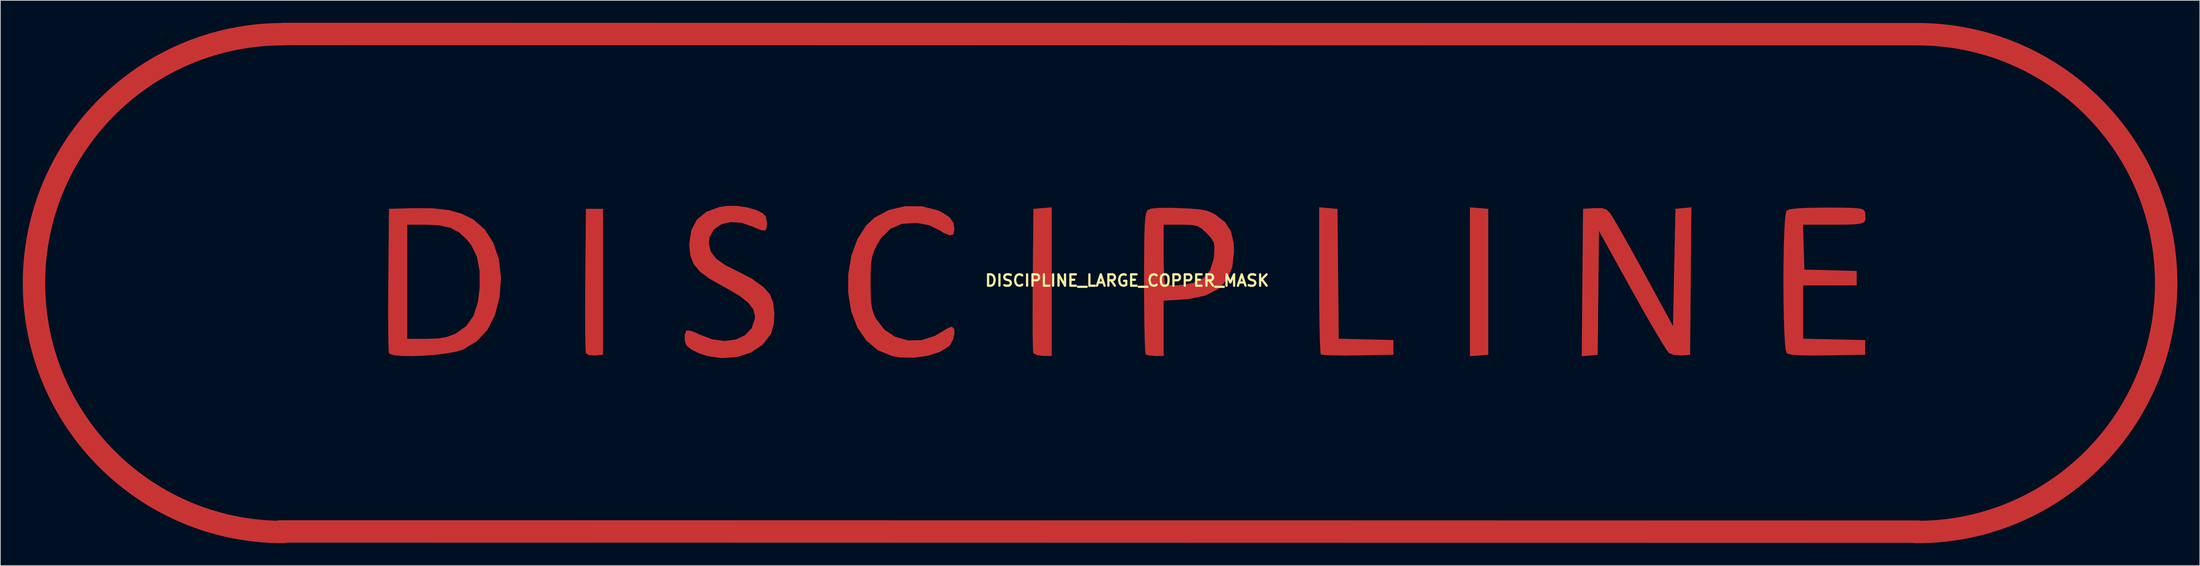
<source format=kicad_pcb>
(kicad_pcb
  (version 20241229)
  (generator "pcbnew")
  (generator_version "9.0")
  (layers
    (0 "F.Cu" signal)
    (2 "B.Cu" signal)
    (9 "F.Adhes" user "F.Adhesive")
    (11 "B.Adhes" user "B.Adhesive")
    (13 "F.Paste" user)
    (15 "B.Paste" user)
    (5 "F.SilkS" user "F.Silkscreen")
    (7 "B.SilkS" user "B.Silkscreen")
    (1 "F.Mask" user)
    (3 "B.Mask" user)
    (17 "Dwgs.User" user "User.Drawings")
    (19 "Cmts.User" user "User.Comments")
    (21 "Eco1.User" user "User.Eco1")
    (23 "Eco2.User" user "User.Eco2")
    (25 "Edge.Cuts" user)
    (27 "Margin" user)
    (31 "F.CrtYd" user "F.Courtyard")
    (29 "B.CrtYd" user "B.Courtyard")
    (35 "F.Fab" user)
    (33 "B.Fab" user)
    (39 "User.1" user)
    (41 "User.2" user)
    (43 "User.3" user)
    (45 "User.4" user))
  (footprint "DISCIPLINE_LARGE_COPPER_MASK"
    (layer "F.Cu")
    (at 147.87 34.54)
    (property "Reference" "DISCIPLINE_LARGE_COPPER_MASK" (at 0 0 0) (layer "F.SilkS") (effects (font (size 1.524 1.524) (thickness 0.3))))
    (attr through_hole)
    (fp_line (start -113.4 33.61) (end 105.92 33.64) (stroke (width 3) (type solid)) (layer "F.Cu"))
    (fp_line (start -112.95 -33.04) (end 106.37 -33.01) (stroke (width 3) (type solid)) (layer "F.Cu"))
    (fp_arc (start -113.02 33.69) (mid -146.37 0.34) (end -113.02 -33.01) (stroke (width 3) (type solid)) (layer "F.Cu"))
    (fp_arc (start 105.79 -33.01) (mid 139.14 0.34) (end 105.79 33.69) (stroke (width 3) (type solid)) (layer "F.Cu"))
    (fp_poly (pts (xy 47.137 -9.707) (xy 48.358 -9.606) (xy 48.358 9.932) (xy 47.137 10.033) (xy 45.915 10.134) (xy 45.915 -9.809) (xy 47.137 -9.707)) (stroke (width 0.01) (type solid)) (fill yes) (layer "F.Cu"))
    (fp_poly (pts (xy -70.176 9.932) (xy -71.236 10.034) (xy -72.094 9.984) (xy -72.462 9.705) (xy -72.502 9.279) (xy -72.532 8.288) (xy -72.552 6.818) (xy -72.562 4.954) (xy -72.56 2.783) (xy -72.546 0.391) (xy -72.542 -0.167) (xy -72.455 -9.606) (xy -70.176 -9.606) (xy -70.176 9.932)) (stroke (width 0.01) (type solid)) (fill yes) (layer "F.Cu"))
    (fp_poly (pts (xy -10.095 10.095) (xy -11.245 10.095) (xy -12.052 9.99) (xy -12.526 9.732) (xy -12.553 9.684) (xy -12.59 9.264) (xy -12.618 8.278) (xy -12.637 6.812) (xy -12.645 4.953) (xy -12.643 2.785) (xy -12.629 0.394) (xy -12.624 -0.167) (xy -12.537 -9.606) (xy -11.316 -9.707) (xy -10.095 -9.809) (xy -10.095 10.095)) (stroke (width 0.01) (type solid)) (fill yes) (layer "F.Cu"))
    (fp_poly (pts (xy 26.947 -9.707) (xy 28.168 -9.606) (xy 28.341 7.794) (xy 35.658 7.978) (xy 35.658 9.932) (xy 30.917 10.022) (xy 29.221 10.039) (xy 27.762 10.025) (xy 26.661 9.984) (xy 26.039 9.919) (xy 25.951 9.886) (xy 25.894 9.515) (xy 25.843 8.576) (xy 25.799 7.149) (xy 25.763 5.318) (xy 25.738 3.165) (xy 25.726 0.771) (xy 25.726 -0.074) (xy 25.726 -9.809) (xy 26.947 -9.707)) (stroke (width 0.01) (type solid)) (fill yes) (layer "F.Cu"))
    (fp_poly (pts (xy 75.472 0.06) (xy 75.386 9.932) (xy 74.246 10.028) (xy 73.313 9.978) (xy 72.594 9.726) (xy 72.56 9.702) (xy 72.265 9.315) (xy 71.703 8.434) (xy 70.922 7.136) (xy 69.966 5.5) (xy 68.883 3.602) (xy 67.718 1.521) (xy 67.6 1.309) (xy 63.186 -6.664) (xy 63.012 9.932) (xy 61.948 10.034) (xy 60.885 10.137) (xy 60.971 0.265) (xy 61.058 -9.606) (xy 62.568 -9.704) (xy 63.573 -9.71) (xy 64.195 -9.505) (xy 64.685 -9.013) (xy 65.005 -8.515) (xy 65.585 -7.531) (xy 66.374 -6.152) (xy 67.322 -4.464) (xy 68.378 -2.557) (xy 69.199 -1.059) (xy 73.106 6.106) (xy 73.269 -1.75) (xy 73.432 -9.606) (xy 74.495 -9.709) (xy 75.558 -9.811) (xy 75.472 0.06)) (stroke (width 0.01) (type solid)) (fill yes) (layer "F.Cu"))
    (fp_poly (pts (xy 95.57 -9.763) (xy 96.924 -9.738) (xy 97.825 -9.681) (xy 98.372 -9.581) (xy 98.665 -9.427) (xy 98.803 -9.207) (xy 98.817 -9.164) (xy 98.881 -8.375) (xy 98.805 -8.024) (xy 98.632 -7.797) (xy 98.248 -7.644) (xy 97.546 -7.551) (xy 96.419 -7.504) (xy 94.759 -7.49) (xy 94.552 -7.49) (xy 90.504 -7.49) (xy 90.597 -4.478) (xy 90.691 -1.465) (xy 97.692 -1.281) (xy 97.692 0.651) (xy 90.528 0.651) (xy 90.528 7.796) (xy 94.68 7.887) (xy 98.832 7.978) (xy 98.832 9.932) (xy 93.776 10.021) (xy 91.627 10.042) (xy 90.065 10.013) (xy 89.026 9.931) (xy 88.449 9.794) (xy 88.322 9.712) (xy 88.198 9.27) (xy 88.096 8.28) (xy 88.014 6.844) (xy 87.954 5.066) (xy 87.914 3.048) (xy 87.896 0.894) (xy 87.899 -1.295) (xy 87.922 -3.415) (xy 87.967 -5.363) (xy 88.034 -7.038) (xy 88.121 -8.335) (xy 88.23 -9.152) (xy 88.314 -9.378) (xy 88.775 -9.552) (xy 89.782 -9.673) (xy 91.367 -9.745) (xy 93.567 -9.769) (xy 93.665 -9.769) (xy 95.57 -9.763)) (stroke (width 0.01) (type solid)) (fill yes) (layer "F.Cu"))
    (fp_poly (pts (xy -92.988 -9.682) (xy -90.862 -9.441) (xy -89.101 -8.955) (xy -87.575 -8.196) (xy -87.504 -8.152) (xy -85.992 -6.819) (xy -84.856 -5.028) (xy -84.128 -2.87) (xy -83.841 -0.44) (xy -84.021 2.153) (xy -84.643 4.628) (xy -85.655 6.606) (xy -87.091 8.136) (xy -88.9 9.228) (xy -89.809 9.516) (xy -91.087 9.755) (xy -92.594 9.94) (xy -94.194 10.064) (xy -95.749 10.12) (xy -97.12 10.1) (xy -98.17 9.999) (xy -98.761 9.809) (xy -98.833 9.722) (xy -98.874 9.292) (xy -98.906 8.296) (xy -98.927 6.822) (xy -98.938 4.955) (xy -98.937 2.782) (xy -98.923 0.388) (xy -98.919 -0.167) (xy -98.851 -7.49) (xy -96.39 -7.49) (xy -96.39 7.815) (xy -93.854 7.815) (xy -92.286 7.761) (xy -91.114 7.569) (xy -90.091 7.193) (xy -89.865 7.083) (xy -88.489 6.108) (xy -87.521 4.745) (xy -86.926 2.929) (xy -86.69 0.999) (xy -86.702 -1.31) (xy -87.053 -3.165) (xy -87.776 -4.689) (xy -88.339 -5.426) (xy -89.403 -6.427) (xy -90.592 -7.064) (xy -92.075 -7.397) (xy -93.937 -7.49) (xy -96.39 -7.49) (xy -98.851 -7.49) (xy -98.832 -9.606) (xy -95.606 -9.7) (xy -92.988 -9.682)) (stroke (width 0.01) (type solid)) (fill yes) (layer "F.Cu"))
    (fp_poly (pts (xy -27.52 -9.957) (xy -25.397 -9.417) (xy -24.811 -9.15) (xy -23.769 -8.477) (xy -23.247 -7.716) (xy -23.121 -6.831) (xy -23.27 -6.199) (xy -23.746 -6.061) (xy -24.592 -6.415) (xy -25.092 -6.726) (xy -26.471 -7.411) (xy -28.073 -7.714) (xy -28.279 -7.729) (xy -30.166 -7.601) (xy -31.697 -6.939) (xy -32.926 -5.712) (xy -33.522 -4.729) (xy -33.907 -3.908) (xy -34.152 -3.131) (xy -34.288 -2.214) (xy -34.344 -0.972) (xy -34.354 0.319) (xy -34.333 1.955) (xy -34.256 3.117) (xy -34.094 3.978) (xy -33.822 4.714) (xy -33.608 5.142) (xy -32.506 6.574) (xy -31.047 7.542) (xy -29.353 8.023) (xy -27.547 7.992) (xy -25.75 7.428) (xy -24.733 6.827) (xy -24.018 6.388) (xy -23.5 6.188) (xy -23.477 6.187) (xy -23.17 6.444) (xy -23.116 7.071) (xy -23.284 7.849) (xy -23.645 8.564) (xy -23.842 8.788) (xy -25.046 9.546) (xy -26.673 10.072) (xy -28.529 10.331) (xy -30.417 10.29) (xy -31.471 10.11) (xy -33.341 9.346) (xy -34.896 8.056) (xy -36.103 6.303) (xy -36.929 4.148) (xy -37.341 1.652) (xy -37.331 -0.814) (xy -36.916 -3.333) (xy -36.107 -5.547) (xy -34.952 -7.352) (xy -33.827 -8.421) (xy -31.913 -9.444) (xy -29.751 -9.961) (xy -27.52 -9.957)) (stroke (width 0.01) (type solid)) (fill yes) (layer "F.Cu"))
    (fp_poly (pts (xy 6.944 -9.71) (xy 8.641 -9.627) (xy 9.844 -9.512) (xy 10.708 -9.337) (xy 11.391 -9.072) (xy 11.861 -8.808) (xy 13.124 -7.81) (xy 13.902 -6.611) (xy 14.269 -5.063) (xy 14.322 -3.908) (xy 14.085 -1.798) (xy 13.376 -0.118) (xy 12.179 1.145) (xy 10.481 2.004) (xy 8.269 2.471) (xy 7.43 2.541) (xy 4.885 2.689) (xy 4.885 10.095) (xy 3.799 10.095) (xy 2.995 10.035) (xy 2.511 9.891) (xy 2.497 9.878) (xy 2.441 9.508) (xy 2.391 8.572) (xy 2.347 7.152) (xy 2.313 5.332) (xy 2.29 3.196) (xy 2.28 0.829) (xy 2.279 0.311) (xy 2.284 -2.462) (xy 2.299 -4.653) (xy 2.329 -6.332) (xy 2.374 -7.49) (xy 4.885 -7.49) (xy 4.885 -3.636) (xy 4.902 -2.113) (xy 4.949 -0.835) (xy 5.019 0.06) (xy 5.102 0.434) (xy 5.62 0.603) (xy 6.552 0.639) (xy 7.675 0.549) (xy 8.765 0.338) (xy 8.816 0.324) (xy 10.202 -0.316) (xy 11.114 -1.363) (xy 11.591 -2.868) (xy 11.654 -3.41) (xy 11.71 -4.475) (xy 11.592 -5.168) (xy 11.207 -5.764) (xy 10.656 -6.343) (xy 10.013 -6.945) (xy 9.452 -7.288) (xy 8.754 -7.445) (xy 7.7 -7.488) (xy 7.197 -7.49) (xy 4.885 -7.49) (xy 2.374 -7.49) (xy 2.377 -7.569) (xy 2.447 -8.432) (xy 2.541 -8.992) (xy 2.664 -9.318) (xy 2.769 -9.445) (xy 3.249 -9.635) (xy 4.169 -9.734) (xy 5.606 -9.748) (xy 6.944 -9.71)) (stroke (width 0.01) (type solid)) (fill yes) (layer "F.Cu"))
    (fp_poly (pts (xy -50.957 -9.815) (xy -49.73 -9.475) (xy -48.807 -9.033) (xy -48.386 -8.586) (xy -48.208 -7.745) (xy -48.276 -7.008) (xy -48.472 -6.705) (xy -48.908 -6.736) (xy -49.673 -7.015) (xy -50.007 -7.175) (xy -51.582 -7.74) (xy -53.069 -7.846) (xy -54.359 -7.533) (xy -55.343 -6.838) (xy -55.913 -5.801) (xy -56.01 -5.047) (xy -55.777 -3.922) (xy -55.04 -2.933) (xy -53.744 -2.022) (xy -52.553 -1.435) (xy -50.287 -0.278) (xy -48.658 0.903) (xy -47.826 1.852) (xy -47.406 2.929) (xy -47.229 4.334) (xy -47.303 5.791) (xy -47.636 7.021) (xy -47.695 7.141) (xy -48.786 8.574) (xy -50.318 9.617) (xy -52.183 10.234) (xy -54.274 10.387) (xy -56.173 10.118) (xy -57.336 9.734) (xy -58.355 9.22) (xy -58.991 8.699) (xy -59.017 8.662) (xy -59.23 8.009) (xy -59.224 7.25) (xy -59.008 6.724) (xy -58.962 6.689) (xy -58.517 6.716) (xy -57.735 6.999) (xy -57.299 7.209) (xy -55.562 7.879) (xy -53.89 8.098) (xy -52.382 7.899) (xy -51.139 7.317) (xy -50.259 6.382) (xy -49.843 5.128) (xy -49.823 4.75) (xy -50.037 3.861) (xy -50.715 2.971) (xy -51.91 2.033) (xy -53.674 0.997) (xy -54.092 0.778) (xy -55.927 -0.257) (xy -57.215 -1.224) (xy -58.037 -2.225) (xy -58.477 -3.362) (xy -58.615 -4.736) (xy -58.615 -4.84) (xy -58.359 -6.707) (xy -57.595 -8.168) (xy -56.327 -9.217) (xy -54.562 -9.85) (xy -53.602 -9.998) (xy -52.309 -10.006) (xy -50.957 -9.815)) (stroke (width 0.01) (type solid)) (fill yes) (layer "F.Cu"))
    (fp_line (start -113.4 33.61) (end 105.92 33.64) (stroke (width 3) (type solid)) (layer "F.Mask"))
    (fp_line (start -112.95 -33.04) (end 106.37 -33.01) (stroke (width 3) (type solid)) (layer "F.Mask"))
    (fp_arc (start -113.02 33.69) (mid -146.37 0.34) (end -113.02 -33.01) (stroke (width 3) (type solid)) (layer "F.Mask"))
    (fp_arc (start 105.79 -33.01) (mid 139.14 0.34) (end 105.79 33.69) (stroke (width 3) (type solid)) (layer "F.Mask"))
    (fp_poly (pts (xy 47.137 -9.707) (xy 48.358 -9.606) (xy 48.358 9.932) (xy 47.137 10.033) (xy 45.915 10.134) (xy 45.915 -9.809) (xy 47.137 -9.707)) (stroke (width 0.01) (type solid)) (fill yes) (layer "F.Mask"))
    (fp_poly (pts (xy -70.176 9.932) (xy -71.236 10.034) (xy -72.094 9.984) (xy -72.462 9.705) (xy -72.502 9.279) (xy -72.532 8.288) (xy -72.552 6.818) (xy -72.562 4.954) (xy -72.56 2.783) (xy -72.546 0.391) (xy -72.542 -0.167) (xy -72.455 -9.606) (xy -70.176 -9.606) (xy -70.176 9.932)) (stroke (width 0.01) (type solid)) (fill yes) (layer "F.Mask"))
    (fp_poly (pts (xy -10.095 10.095) (xy -11.245 10.095) (xy -12.052 9.99) (xy -12.526 9.732) (xy -12.553 9.684) (xy -12.59 9.264) (xy -12.618 8.278) (xy -12.637 6.812) (xy -12.645 4.953) (xy -12.643 2.785) (xy -12.629 0.394) (xy -12.624 -0.167) (xy -12.537 -9.606) (xy -11.316 -9.707) (xy -10.095 -9.809) (xy -10.095 10.095)) (stroke (width 0.01) (type solid)) (fill yes) (layer "F.Mask"))
    (fp_poly (pts (xy 26.947 -9.707) (xy 28.168 -9.606) (xy 28.341 7.794) (xy 35.658 7.978) (xy 35.658 9.932) (xy 30.917 10.022) (xy 29.221 10.039) (xy 27.762 10.025) (xy 26.661 9.984) (xy 26.039 9.919) (xy 25.951 9.886) (xy 25.894 9.515) (xy 25.843 8.576) (xy 25.799 7.149) (xy 25.763 5.318) (xy 25.738 3.165) (xy 25.726 0.771) (xy 25.726 -0.074) (xy 25.726 -9.809) (xy 26.947 -9.707)) (stroke (width 0.01) (type solid)) (fill yes) (layer "F.Mask"))
    (fp_poly (pts (xy 75.472 0.06) (xy 75.386 9.932) (xy 74.246 10.028) (xy 73.313 9.978) (xy 72.594 9.726) (xy 72.56 9.702) (xy 72.265 9.315) (xy 71.703 8.434) (xy 70.922 7.136) (xy 69.966 5.5) (xy 68.883 3.602) (xy 67.718 1.521) (xy 67.6 1.309) (xy 63.186 -6.664) (xy 63.012 9.932) (xy 61.948 10.034) (xy 60.885 10.137) (xy 60.971 0.265) (xy 61.058 -9.606) (xy 62.568 -9.704) (xy 63.573 -9.71) (xy 64.195 -9.505) (xy 64.685 -9.013) (xy 65.005 -8.515) (xy 65.585 -7.531) (xy 66.374 -6.152) (xy 67.322 -4.464) (xy 68.378 -2.557) (xy 69.199 -1.059) (xy 73.106 6.106) (xy 73.269 -1.75) (xy 73.432 -9.606) (xy 74.495 -9.709) (xy 75.558 -9.811) (xy 75.472 0.06)) (stroke (width 0.01) (type solid)) (fill yes) (layer "F.Mask"))
    (fp_poly (pts (xy 95.57 -9.763) (xy 96.924 -9.738) (xy 97.825 -9.681) (xy 98.372 -9.581) (xy 98.665 -9.427) (xy 98.803 -9.207) (xy 98.817 -9.164) (xy 98.881 -8.375) (xy 98.805 -8.024) (xy 98.632 -7.797) (xy 98.248 -7.644) (xy 97.546 -7.551) (xy 96.419 -7.504) (xy 94.759 -7.49) (xy 94.552 -7.49) (xy 90.504 -7.49) (xy 90.597 -4.478) (xy 90.691 -1.465) (xy 97.692 -1.281) (xy 97.692 0.651) (xy 90.528 0.651) (xy 90.528 7.796) (xy 94.68 7.887) (xy 98.832 7.978) (xy 98.832 9.932) (xy 93.776 10.021) (xy 91.627 10.042) (xy 90.065 10.013) (xy 89.026 9.931) (xy 88.449 9.794) (xy 88.322 9.712) (xy 88.198 9.27) (xy 88.096 8.28) (xy 88.014 6.844) (xy 87.954 5.066) (xy 87.914 3.048) (xy 87.896 0.894) (xy 87.899 -1.295) (xy 87.922 -3.415) (xy 87.967 -5.363) (xy 88.034 -7.038) (xy 88.121 -8.335) (xy 88.23 -9.152) (xy 88.314 -9.378) (xy 88.775 -9.552) (xy 89.782 -9.673) (xy 91.367 -9.745) (xy 93.567 -9.769) (xy 93.665 -9.769) (xy 95.57 -9.763)) (stroke (width 0.01) (type solid)) (fill yes) (layer "F.Mask"))
    (fp_poly (pts (xy -92.988 -9.682) (xy -90.862 -9.441) (xy -89.101 -8.955) (xy -87.575 -8.196) (xy -87.504 -8.152) (xy -85.992 -6.819) (xy -84.856 -5.028) (xy -84.128 -2.87) (xy -83.841 -0.44) (xy -84.021 2.153) (xy -84.643 4.628) (xy -85.655 6.606) (xy -87.091 8.136) (xy -88.9 9.228) (xy -89.809 9.516) (xy -91.087 9.755) (xy -92.594 9.94) (xy -94.194 10.064) (xy -95.749 10.12) (xy -97.12 10.1) (xy -98.17 9.999) (xy -98.761 9.809) (xy -98.833 9.722) (xy -98.874 9.292) (xy -98.906 8.296) (xy -98.927 6.822) (xy -98.938 4.955) (xy -98.937 2.782) (xy -98.923 0.388) (xy -98.919 -0.167) (xy -98.851 -7.49) (xy -96.39 -7.49) (xy -96.39 7.815) (xy -93.854 7.815) (xy -92.286 7.761) (xy -91.114 7.569) (xy -90.091 7.193) (xy -89.865 7.083) (xy -88.489 6.108) (xy -87.521 4.745) (xy -86.926 2.929) (xy -86.69 0.999) (xy -86.702 -1.31) (xy -87.053 -3.165) (xy -87.776 -4.689) (xy -88.339 -5.426) (xy -89.403 -6.427) (xy -90.592 -7.064) (xy -92.075 -7.397) (xy -93.937 -7.49) (xy -96.39 -7.49) (xy -98.851 -7.49) (xy -98.832 -9.606) (xy -95.606 -9.7) (xy -92.988 -9.682)) (stroke (width 0.01) (type solid)) (fill yes) (layer "F.Mask"))
    (fp_poly (pts (xy -27.52 -9.957) (xy -25.397 -9.417) (xy -24.811 -9.15) (xy -23.769 -8.477) (xy -23.247 -7.716) (xy -23.121 -6.831) (xy -23.27 -6.199) (xy -23.746 -6.061) (xy -24.592 -6.415) (xy -25.092 -6.726) (xy -26.471 -7.411) (xy -28.073 -7.714) (xy -28.279 -7.729) (xy -30.166 -7.601) (xy -31.697 -6.939) (xy -32.926 -5.712) (xy -33.522 -4.729) (xy -33.907 -3.908) (xy -34.152 -3.131) (xy -34.288 -2.214) (xy -34.344 -0.972) (xy -34.354 0.319) (xy -34.333 1.955) (xy -34.256 3.117) (xy -34.094 3.978) (xy -33.822 4.714) (xy -33.608 5.142) (xy -32.506 6.574) (xy -31.047 7.542) (xy -29.353 8.023) (xy -27.547 7.992) (xy -25.75 7.428) (xy -24.733 6.827) (xy -24.018 6.388) (xy -23.5 6.188) (xy -23.477 6.187) (xy -23.17 6.444) (xy -23.116 7.071) (xy -23.284 7.849) (xy -23.645 8.564) (xy -23.842 8.788) (xy -25.046 9.546) (xy -26.673 10.072) (xy -28.529 10.331) (xy -30.417 10.29) (xy -31.471 10.11) (xy -33.341 9.346) (xy -34.896 8.056) (xy -36.103 6.303) (xy -36.929 4.148) (xy -37.341 1.652) (xy -37.331 -0.814) (xy -36.916 -3.333) (xy -36.107 -5.547) (xy -34.952 -7.352) (xy -33.827 -8.421) (xy -31.913 -9.444) (xy -29.751 -9.961) (xy -27.52 -9.957)) (stroke (width 0.01) (type solid)) (fill yes) (layer "F.Mask"))
    (fp_poly (pts (xy 6.944 -9.71) (xy 8.641 -9.627) (xy 9.844 -9.512) (xy 10.708 -9.337) (xy 11.391 -9.072) (xy 11.861 -8.808) (xy 13.124 -7.81) (xy 13.902 -6.611) (xy 14.269 -5.063) (xy 14.322 -3.908) (xy 14.085 -1.798) (xy 13.376 -0.118) (xy 12.179 1.145) (xy 10.481 2.004) (xy 8.269 2.471) (xy 7.43 2.541) (xy 4.885 2.689) (xy 4.885 10.095) (xy 3.799 10.095) (xy 2.995 10.035) (xy 2.511 9.891) (xy 2.497 9.878) (xy 2.441 9.508) (xy 2.391 8.572) (xy 2.347 7.152) (xy 2.313 5.332) (xy 2.29 3.196) (xy 2.28 0.829) (xy 2.279 0.311) (xy 2.284 -2.462) (xy 2.299 -4.653) (xy 2.329 -6.332) (xy 2.374 -7.49) (xy 4.885 -7.49) (xy 4.885 -3.636) (xy 4.902 -2.113) (xy 4.949 -0.835) (xy 5.019 0.06) (xy 5.102 0.434) (xy 5.62 0.603) (xy 6.552 0.639) (xy 7.675 0.549) (xy 8.765 0.338) (xy 8.816 0.324) (xy 10.202 -0.316) (xy 11.114 -1.363) (xy 11.591 -2.868) (xy 11.654 -3.41) (xy 11.71 -4.475) (xy 11.592 -5.168) (xy 11.207 -5.764) (xy 10.656 -6.343) (xy 10.013 -6.945) (xy 9.452 -7.288) (xy 8.754 -7.445) (xy 7.7 -7.488) (xy 7.197 -7.49) (xy 4.885 -7.49) (xy 2.374 -7.49) (xy 2.377 -7.569) (xy 2.447 -8.432) (xy 2.541 -8.992) (xy 2.664 -9.318) (xy 2.769 -9.445) (xy 3.249 -9.635) (xy 4.169 -9.734) (xy 5.606 -9.748) (xy 6.944 -9.71)) (stroke (width 0.01) (type solid)) (fill yes) (layer "F.Mask"))
    (fp_poly (pts (xy -50.957 -9.815) (xy -49.73 -9.475) (xy -48.807 -9.033) (xy -48.386 -8.586) (xy -48.208 -7.745) (xy -48.276 -7.008) (xy -48.472 -6.705) (xy -48.908 -6.736) (xy -49.673 -7.015) (xy -50.007 -7.175) (xy -51.582 -7.74) (xy -53.069 -7.846) (xy -54.359 -7.533) (xy -55.343 -6.838) (xy -55.913 -5.801) (xy -56.01 -5.047) (xy -55.777 -3.922) (xy -55.04 -2.933) (xy -53.744 -2.022) (xy -52.553 -1.435) (xy -50.287 -0.278) (xy -48.658 0.903) (xy -47.826 1.852) (xy -47.406 2.929) (xy -47.229 4.334) (xy -47.303 5.791) (xy -47.636 7.021) (xy -47.695 7.141) (xy -48.786 8.574) (xy -50.318 9.617) (xy -52.183 10.234) (xy -54.274 10.387) (xy -56.173 10.118) (xy -57.336 9.734) (xy -58.355 9.22) (xy -58.991 8.699) (xy -59.017 8.662) (xy -59.23 8.009) (xy -59.224 7.25) (xy -59.008 6.724) (xy -58.962 6.689) (xy -58.517 6.716) (xy -57.735 6.999) (xy -57.299 7.209) (xy -55.562 7.879) (xy -53.89 8.098) (xy -52.382 7.899) (xy -51.139 7.317) (xy -50.259 6.382) (xy -49.843 5.128) (xy -49.823 4.75) (xy -50.037 3.861) (xy -50.715 2.971) (xy -51.91 2.033) (xy -53.674 0.997) (xy -54.092 0.778) (xy -55.927 -0.257) (xy -57.215 -1.224) (xy -58.037 -2.225) (xy -58.477 -3.362) (xy -58.615 -4.736) (xy -58.615 -4.84) (xy -58.359 -6.707) (xy -57.595 -8.168) (xy -56.327 -9.217) (xy -54.562 -9.85) (xy -53.602 -9.998) (xy -52.309 -10.006) (xy -50.957 -9.815)) (stroke (width 0.01) (type solid)) (fill yes) (layer "F.Mask")))
  (gr_rect
    (start -3 -3)
    (end 291.51 72.73)
    (stroke (width 0.1) (type default))
    (fill no)
    (layer "Edge.Cuts")))
</source>
